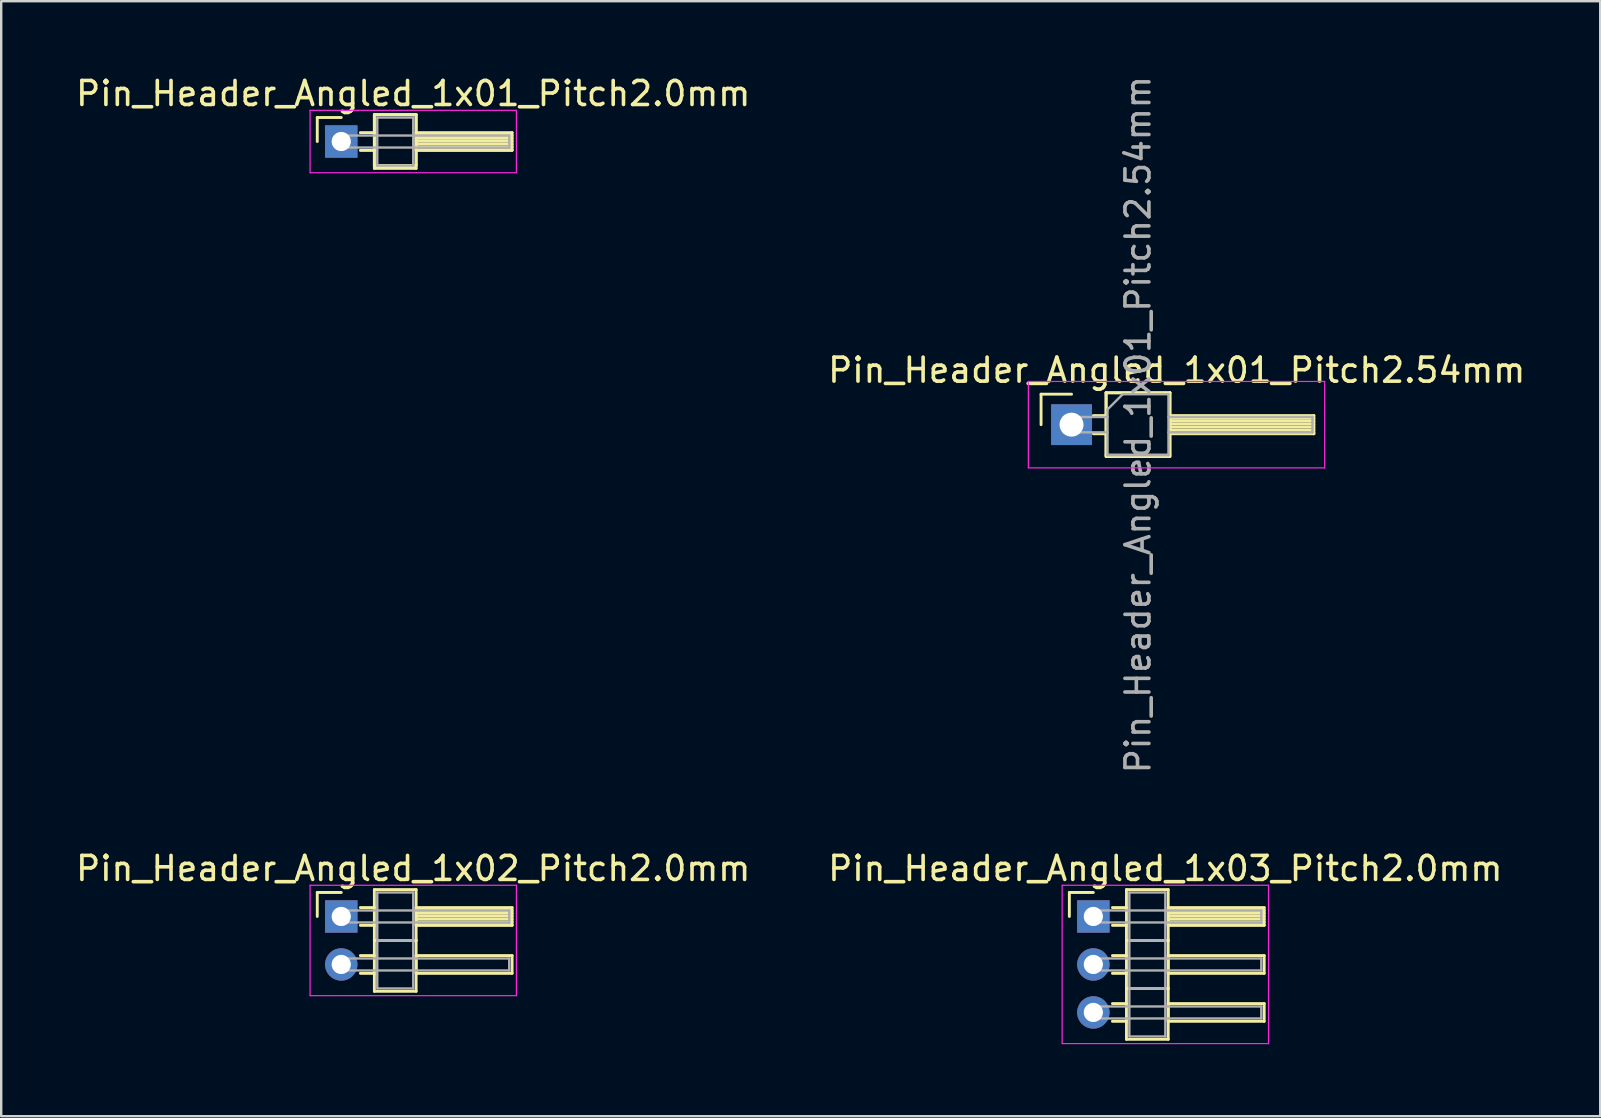
<source format=kicad_pcb>
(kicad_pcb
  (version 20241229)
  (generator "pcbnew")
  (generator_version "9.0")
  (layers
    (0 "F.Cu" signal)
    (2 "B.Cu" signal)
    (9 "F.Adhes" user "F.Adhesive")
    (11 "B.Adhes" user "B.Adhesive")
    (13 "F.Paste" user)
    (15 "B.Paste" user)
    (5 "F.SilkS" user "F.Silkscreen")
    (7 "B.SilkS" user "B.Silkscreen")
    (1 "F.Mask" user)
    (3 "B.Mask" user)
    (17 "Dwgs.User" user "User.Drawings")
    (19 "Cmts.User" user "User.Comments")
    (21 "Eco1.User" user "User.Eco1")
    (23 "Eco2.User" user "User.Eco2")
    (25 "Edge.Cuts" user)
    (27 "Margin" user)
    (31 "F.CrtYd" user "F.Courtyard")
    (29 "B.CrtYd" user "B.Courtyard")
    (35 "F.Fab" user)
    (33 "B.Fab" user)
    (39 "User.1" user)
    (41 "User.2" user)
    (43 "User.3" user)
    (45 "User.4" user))
  (footprint "Pin_Header_Angled_1x01_Pitch2.54mm"
    (layer "F.Cu")
    (at 41.609 14.649)
    (property "Reference" "Pin_Header_Angled_1x01_Pitch2.54mm" (at 4.385 -2.27 0) (layer "F.SilkS") (effects (font (size 1 1) (thickness 0.15))))
    (attr through_hole)
    (fp_line (start -1.27 -1.27) (end 0 -1.27) (stroke (width 0.12) (type solid)) (layer "F.SilkS"))
    (fp_line (start -1.27 0) (end -1.27 -1.27) (stroke (width 0.12) (type solid)) (layer "F.SilkS"))
    (fp_line (start 0.91 -0.38) (end 1.44 -0.38) (stroke (width 0.12) (type solid)) (layer "F.SilkS"))
    (fp_line (start 0.91 0.38) (end 1.44 0.38) (stroke (width 0.12) (type solid)) (layer "F.SilkS"))
    (fp_line (start 1.44 -1.33) (end 1.44 1.27) (stroke (width 0.12) (type solid)) (layer "F.SilkS"))
    (fp_line (start 1.44 -1.33) (end 1.44 1.33) (stroke (width 0.12) (type solid)) (layer "F.SilkS"))
    (fp_line (start 1.44 1.27) (end 4.1 1.27) (stroke (width 0.12) (type solid)) (layer "F.SilkS"))
    (fp_line (start 1.44 1.33) (end 4.1 1.33) (stroke (width 0.12) (type solid)) (layer "F.SilkS"))
    (fp_line (start 4.1 -1.33) (end 1.44 -1.33) (stroke (width 0.12) (type solid)) (layer "F.SilkS"))
    (fp_line (start 4.1 -1.33) (end 1.44 -1.33) (stroke (width 0.12) (type solid)) (layer "F.SilkS"))
    (fp_line (start 4.1 -0.38) (end 4.1 0.38) (stroke (width 0.12) (type solid)) (layer "F.SilkS"))
    (fp_line (start 4.1 -0.26) (end 10.1 -0.26) (stroke (width 0.12) (type solid)) (layer "F.SilkS"))
    (fp_line (start 4.1 -0.14) (end 10.1 -0.14) (stroke (width 0.12) (type solid)) (layer "F.SilkS"))
    (fp_line (start 4.1 -0.02) (end 10.1 -0.02) (stroke (width 0.12) (type solid)) (layer "F.SilkS"))
    (fp_line (start 4.1 0.1) (end 10.1 0.1) (stroke (width 0.12) (type solid)) (layer "F.SilkS"))
    (fp_line (start 4.1 0.22) (end 10.1 0.22) (stroke (width 0.12) (type solid)) (layer "F.SilkS"))
    (fp_line (start 4.1 0.34) (end 10.1 0.34) (stroke (width 0.12) (type solid)) (layer "F.SilkS"))
    (fp_line (start 4.1 0.38) (end 10.1 0.38) (stroke (width 0.12) (type solid)) (layer "F.SilkS"))
    (fp_line (start 4.1 1.27) (end 4.1 -1.33) (stroke (width 0.12) (type solid)) (layer "F.SilkS"))
    (fp_line (start 4.1 1.33) (end 4.1 -1.33) (stroke (width 0.12) (type solid)) (layer "F.SilkS"))
    (fp_line (start 10.1 -0.38) (end 4.1 -0.38) (stroke (width 0.12) (type solid)) (layer "F.SilkS"))
    (fp_line (start 10.1 0.38) (end 10.1 -0.38) (stroke (width 0.12) (type solid)) (layer "F.SilkS"))
    (fp_line (start -1.8 -1.8) (end -1.8 1.8) (stroke (width 0.05) (type solid)) (layer "F.CrtYd"))
    (fp_line (start -1.8 1.8) (end 10.55 1.8) (stroke (width 0.05) (type solid)) (layer "F.CrtYd"))
    (fp_line (start 10.55 -1.8) (end -1.8 -1.8) (stroke (width 0.05) (type solid)) (layer "F.CrtYd"))
    (fp_line (start 10.55 1.8) (end 10.55 -1.8) (stroke (width 0.05) (type solid)) (layer "F.CrtYd"))
    (fp_line (start -0.32 -0.32) (end -0.32 0.32) (stroke (width 0.1) (type solid)) (layer "F.Fab"))
    (fp_line (start -0.32 -0.32) (end 1.5 -0.32) (stroke (width 0.1) (type solid)) (layer "F.Fab"))
    (fp_line (start -0.32 0.32) (end 1.5 0.32) (stroke (width 0.1) (type solid)) (layer "F.Fab"))
    (fp_line (start 1.5 -0.635) (end 2.135 -1.27) (stroke (width 0.1) (type solid)) (layer "F.Fab"))
    (fp_line (start 1.5 1.27) (end 1.5 -0.635) (stroke (width 0.1) (type solid)) (layer "F.Fab"))
    (fp_line (start 2.135 -1.27) (end 4.04 -1.27) (stroke (width 0.1) (type solid)) (layer "F.Fab"))
    (fp_line (start 4.04 -1.27) (end 4.04 1.27) (stroke (width 0.1) (type solid)) (layer "F.Fab"))
    (fp_line (start 4.04 -0.32) (end 10.04 -0.32) (stroke (width 0.1) (type solid)) (layer "F.Fab"))
    (fp_line (start 4.04 0.32) (end 10.04 0.32) (stroke (width 0.1) (type solid)) (layer "F.Fab"))
    (fp_line (start 4.04 1.27) (end 1.5 1.27) (stroke (width 0.1) (type solid)) (layer "F.Fab"))
    (fp_line (start 10.04 -0.32) (end 10.04 0.32) (stroke (width 0.1) (type solid)) (layer "F.Fab"))
    (fp_text user "${REFERENCE}" (at 2.77 0 90) (layer "F.Fab") (effects (font (size 1 1) (thickness 0.15))))
    (pad "1" thru_hole rect (at 0 0) (size 1.7 1.7) (drill 1) (layers "*.Cu" "*.Mask")))
  (footprint "Pin_Header_Angled_1x02_Pitch2.0mm"
    (layer "F.Cu")
    (at 11.173 35.146)
    (property "Reference" "Pin_Header_Angled_1x02_Pitch2.0mm" (at 3 -2 0) (layer "F.SilkS") (effects (font (size 1 1) (thickness 0.15))))
    (attr through_hole)
    (fp_line (start -1 -1) (end 0 -1) (stroke (width 0.12) (type solid)) (layer "F.SilkS"))
    (fp_line (start -1 0) (end -1 -1) (stroke (width 0.12) (type solid)) (layer "F.SilkS"))
    (fp_line (start 0.795 -0.37) (end 1.38 -0.37) (stroke (width 0.12) (type solid)) (layer "F.SilkS"))
    (fp_line (start 0.795 0.37) (end 1.38 0.37) (stroke (width 0.12) (type solid)) (layer "F.SilkS"))
    (fp_line (start 0.795 1.63) (end 1.38 1.63) (stroke (width 0.12) (type solid)) (layer "F.SilkS"))
    (fp_line (start 0.795 2.37) (end 1.38 2.37) (stroke (width 0.12) (type solid)) (layer "F.SilkS"))
    (fp_line (start 1.38 -1.12) (end 1.38 1) (stroke (width 0.12) (type solid)) (layer "F.SilkS"))
    (fp_line (start 1.38 1) (end 1.38 3.12) (stroke (width 0.12) (type solid)) (layer "F.SilkS"))
    (fp_line (start 1.38 1) (end 3.12 1) (stroke (width 0.12) (type solid)) (layer "F.SilkS"))
    (fp_line (start 1.38 3.12) (end 3.12 3.12) (stroke (width 0.12) (type solid)) (layer "F.SilkS"))
    (fp_line (start 3.12 -1.12) (end 1.38 -1.12) (stroke (width 0.12) (type solid)) (layer "F.SilkS"))
    (fp_line (start 3.12 -0.37) (end 3.12 0.37) (stroke (width 0.12) (type solid)) (layer "F.SilkS"))
    (fp_line (start 3.12 -0.25) (end 7.12 -0.25) (stroke (width 0.12) (type solid)) (layer "F.SilkS"))
    (fp_line (start 3.12 -0.13) (end 7.12 -0.13) (stroke (width 0.12) (type solid)) (layer "F.SilkS"))
    (fp_line (start 3.12 -0.01) (end 7.12 -0.01) (stroke (width 0.12) (type solid)) (layer "F.SilkS"))
    (fp_line (start 3.12 0.11) (end 7.12 0.11) (stroke (width 0.12) (type solid)) (layer "F.SilkS"))
    (fp_line (start 3.12 0.23) (end 7.12 0.23) (stroke (width 0.12) (type solid)) (layer "F.SilkS"))
    (fp_line (start 3.12 0.35) (end 7.12 0.35) (stroke (width 0.12) (type solid)) (layer "F.SilkS"))
    (fp_line (start 3.12 0.37) (end 7.12 0.37) (stroke (width 0.12) (type solid)) (layer "F.SilkS"))
    (fp_line (start 3.12 1) (end 1.38 1) (stroke (width 0.12) (type solid)) (layer "F.SilkS"))
    (fp_line (start 3.12 1) (end 3.12 -1.12) (stroke (width 0.12) (type solid)) (layer "F.SilkS"))
    (fp_line (start 3.12 1.63) (end 3.12 2.37) (stroke (width 0.12) (type solid)) (layer "F.SilkS"))
    (fp_line (start 3.12 2.37) (end 7.12 2.37) (stroke (width 0.12) (type solid)) (layer "F.SilkS"))
    (fp_line (start 3.12 3.12) (end 3.12 1) (stroke (width 0.12) (type solid)) (layer "F.SilkS"))
    (fp_line (start 7.12 -0.37) (end 3.12 -0.37) (stroke (width 0.12) (type solid)) (layer "F.SilkS"))
    (fp_line (start 7.12 0.37) (end 7.12 -0.37) (stroke (width 0.12) (type solid)) (layer "F.SilkS"))
    (fp_line (start 7.12 1.63) (end 3.12 1.63) (stroke (width 0.12) (type solid)) (layer "F.SilkS"))
    (fp_line (start 7.12 2.37) (end 7.12 1.63) (stroke (width 0.12) (type solid)) (layer "F.SilkS"))
    (fp_line (start -1.3 -1.3) (end -1.3 3.3) (stroke (width 0.05) (type solid)) (layer "F.CrtYd"))
    (fp_line (start -1.3 3.3) (end 7.3 3.3) (stroke (width 0.05) (type solid)) (layer "F.CrtYd"))
    (fp_line (start 7.3 -1.3) (end -1.3 -1.3) (stroke (width 0.05) (type solid)) (layer "F.CrtYd"))
    (fp_line (start 7.3 3.3) (end 7.3 -1.3) (stroke (width 0.05) (type solid)) (layer "F.CrtYd"))
    (fp_line (start 0 -0.25) (end 0 0.25) (stroke (width 0.1) (type solid)) (layer "F.Fab"))
    (fp_line (start 0 0.25) (end 7 0.25) (stroke (width 0.1) (type solid)) (layer "F.Fab"))
    (fp_line (start 0 1.75) (end 0 2.25) (stroke (width 0.1) (type solid)) (layer "F.Fab"))
    (fp_line (start 0 2.25) (end 7 2.25) (stroke (width 0.1) (type solid)) (layer "F.Fab"))
    (fp_line (start 1.5 -1) (end 1.5 1) (stroke (width 0.1) (type solid)) (layer "F.Fab"))
    (fp_line (start 1.5 1) (end 1.5 3) (stroke (width 0.1) (type solid)) (layer "F.Fab"))
    (fp_line (start 1.5 1) (end 3 1) (stroke (width 0.1) (type solid)) (layer "F.Fab"))
    (fp_line (start 1.5 3) (end 3 3) (stroke (width 0.1) (type solid)) (layer "F.Fab"))
    (fp_line (start 3 -1) (end 1.5 -1) (stroke (width 0.1) (type solid)) (layer "F.Fab"))
    (fp_line (start 3 1) (end 1.5 1) (stroke (width 0.1) (type solid)) (layer "F.Fab"))
    (fp_line (start 3 1) (end 3 -1) (stroke (width 0.1) (type solid)) (layer "F.Fab"))
    (fp_line (start 3 3) (end 3 1) (stroke (width 0.1) (type solid)) (layer "F.Fab"))
    (fp_line (start 7 -0.25) (end 0 -0.25) (stroke (width 0.1) (type solid)) (layer "F.Fab"))
    (fp_line (start 7 0.25) (end 7 -0.25) (stroke (width 0.1) (type solid)) (layer "F.Fab"))
    (fp_line (start 7 1.75) (end 0 1.75) (stroke (width 0.1) (type solid)) (layer "F.Fab"))
    (fp_line (start 7 2.25) (end 7 1.75) (stroke (width 0.1) (type solid)) (layer "F.Fab"))
    (pad "1" thru_hole rect (at 0 0) (size 1.35 1.35) (drill 0.8) (layers "*.Cu" "*.Mask"))
    (pad "2" thru_hole oval (at 0 2) (size 1.35 1.35) (drill 0.8) (layers "*.Cu" "*.Mask")))
  (footprint "Pin_Header_Angled_1x03_Pitch2.0mm"
    (layer "F.Cu")
    (at 42.518 35.146)
    (property "Reference" "Pin_Header_Angled_1x03_Pitch2.0mm" (at 3 -2 0) (layer "F.SilkS") (effects (font (size 1 1) (thickness 0.15))))
    (attr through_hole)
    (fp_line (start -1 -1) (end 0 -1) (stroke (width 0.12) (type solid)) (layer "F.SilkS"))
    (fp_line (start -1 0) (end -1 -1) (stroke (width 0.12) (type solid)) (layer "F.SilkS"))
    (fp_line (start 0.795 -0.37) (end 1.38 -0.37) (stroke (width 0.12) (type solid)) (layer "F.SilkS"))
    (fp_line (start 0.795 0.37) (end 1.38 0.37) (stroke (width 0.12) (type solid)) (layer "F.SilkS"))
    (fp_line (start 0.795 1.63) (end 1.38 1.63) (stroke (width 0.12) (type solid)) (layer "F.SilkS"))
    (fp_line (start 0.795 2.37) (end 1.38 2.37) (stroke (width 0.12) (type solid)) (layer "F.SilkS"))
    (fp_line (start 0.795 3.63) (end 1.38 3.63) (stroke (width 0.12) (type solid)) (layer "F.SilkS"))
    (fp_line (start 0.795 4.37) (end 1.38 4.37) (stroke (width 0.12) (type solid)) (layer "F.SilkS"))
    (fp_line (start 1.38 -1.12) (end 1.38 1) (stroke (width 0.12) (type solid)) (layer "F.SilkS"))
    (fp_line (start 1.38 1) (end 1.38 3) (stroke (width 0.12) (type solid)) (layer "F.SilkS"))
    (fp_line (start 1.38 1) (end 3.12 1) (stroke (width 0.12) (type solid)) (layer "F.SilkS"))
    (fp_line (start 1.38 3) (end 1.38 5.12) (stroke (width 0.12) (type solid)) (layer "F.SilkS"))
    (fp_line (start 1.38 3) (end 3.12 3) (stroke (width 0.12) (type solid)) (layer "F.SilkS"))
    (fp_line (start 1.38 5.12) (end 3.12 5.12) (stroke (width 0.12) (type solid)) (layer "F.SilkS"))
    (fp_line (start 3.12 -1.12) (end 1.38 -1.12) (stroke (width 0.12) (type solid)) (layer "F.SilkS"))
    (fp_line (start 3.12 -0.37) (end 3.12 0.37) (stroke (width 0.12) (type solid)) (layer "F.SilkS"))
    (fp_line (start 3.12 -0.25) (end 7.12 -0.25) (stroke (width 0.12) (type solid)) (layer "F.SilkS"))
    (fp_line (start 3.12 -0.13) (end 7.12 -0.13) (stroke (width 0.12) (type solid)) (layer "F.SilkS"))
    (fp_line (start 3.12 -0.01) (end 7.12 -0.01) (stroke (width 0.12) (type solid)) (layer "F.SilkS"))
    (fp_line (start 3.12 0.11) (end 7.12 0.11) (stroke (width 0.12) (type solid)) (layer "F.SilkS"))
    (fp_line (start 3.12 0.23) (end 7.12 0.23) (stroke (width 0.12) (type solid)) (layer "F.SilkS"))
    (fp_line (start 3.12 0.35) (end 7.12 0.35) (stroke (width 0.12) (type solid)) (layer "F.SilkS"))
    (fp_line (start 3.12 0.37) (end 7.12 0.37) (stroke (width 0.12) (type solid)) (layer "F.SilkS"))
    (fp_line (start 3.12 1) (end 1.38 1) (stroke (width 0.12) (type solid)) (layer "F.SilkS"))
    (fp_line (start 3.12 1) (end 3.12 -1.12) (stroke (width 0.12) (type solid)) (layer "F.SilkS"))
    (fp_line (start 3.12 1.63) (end 3.12 2.37) (stroke (width 0.12) (type solid)) (layer "F.SilkS"))
    (fp_line (start 3.12 2.37) (end 7.12 2.37) (stroke (width 0.12) (type solid)) (layer "F.SilkS"))
    (fp_line (start 3.12 3) (end 1.38 3) (stroke (width 0.12) (type solid)) (layer "F.SilkS"))
    (fp_line (start 3.12 3) (end 3.12 1) (stroke (width 0.12) (type solid)) (layer "F.SilkS"))
    (fp_line (start 3.12 3.63) (end 3.12 4.37) (stroke (width 0.12) (type solid)) (layer "F.SilkS"))
    (fp_line (start 3.12 4.37) (end 7.12 4.37) (stroke (width 0.12) (type solid)) (layer "F.SilkS"))
    (fp_line (start 3.12 5.12) (end 3.12 3) (stroke (width 0.12) (type solid)) (layer "F.SilkS"))
    (fp_line (start 7.12 -0.37) (end 3.12 -0.37) (stroke (width 0.12) (type solid)) (layer "F.SilkS"))
    (fp_line (start 7.12 0.37) (end 7.12 -0.37) (stroke (width 0.12) (type solid)) (layer "F.SilkS"))
    (fp_line (start 7.12 1.63) (end 3.12 1.63) (stroke (width 0.12) (type solid)) (layer "F.SilkS"))
    (fp_line (start 7.12 2.37) (end 7.12 1.63) (stroke (width 0.12) (type solid)) (layer "F.SilkS"))
    (fp_line (start 7.12 3.63) (end 3.12 3.63) (stroke (width 0.12) (type solid)) (layer "F.SilkS"))
    (fp_line (start 7.12 4.37) (end 7.12 3.63) (stroke (width 0.12) (type solid)) (layer "F.SilkS"))
    (fp_line (start -1.3 -1.3) (end -1.3 5.3) (stroke (width 0.05) (type solid)) (layer "F.CrtYd"))
    (fp_line (start -1.3 5.3) (end 7.3 5.3) (stroke (width 0.05) (type solid)) (layer "F.CrtYd"))
    (fp_line (start 7.3 -1.3) (end -1.3 -1.3) (stroke (width 0.05) (type solid)) (layer "F.CrtYd"))
    (fp_line (start 7.3 5.3) (end 7.3 -1.3) (stroke (width 0.05) (type solid)) (layer "F.CrtYd"))
    (fp_line (start 0 -0.25) (end 0 0.25) (stroke (width 0.1) (type solid)) (layer "F.Fab"))
    (fp_line (start 0 0.25) (end 7 0.25) (stroke (width 0.1) (type solid)) (layer "F.Fab"))
    (fp_line (start 0 1.75) (end 0 2.25) (stroke (width 0.1) (type solid)) (layer "F.Fab"))
    (fp_line (start 0 2.25) (end 7 2.25) (stroke (width 0.1) (type solid)) (layer "F.Fab"))
    (fp_line (start 0 3.75) (end 0 4.25) (stroke (width 0.1) (type solid)) (layer "F.Fab"))
    (fp_line (start 0 4.25) (end 7 4.25) (stroke (width 0.1) (type solid)) (layer "F.Fab"))
    (fp_line (start 1.5 -1) (end 1.5 1) (stroke (width 0.1) (type solid)) (layer "F.Fab"))
    (fp_line (start 1.5 1) (end 1.5 3) (stroke (width 0.1) (type solid)) (layer "F.Fab"))
    (fp_line (start 1.5 1) (end 3 1) (stroke (width 0.1) (type solid)) (layer "F.Fab"))
    (fp_line (start 1.5 3) (end 1.5 5) (stroke (width 0.1) (type solid)) (layer "F.Fab"))
    (fp_line (start 1.5 3) (end 3 3) (stroke (width 0.1) (type solid)) (layer "F.Fab"))
    (fp_line (start 1.5 5) (end 3 5) (stroke (width 0.1) (type solid)) (layer "F.Fab"))
    (fp_line (start 3 -1) (end 1.5 -1) (stroke (width 0.1) (type solid)) (layer "F.Fab"))
    (fp_line (start 3 1) (end 1.5 1) (stroke (width 0.1) (type solid)) (layer "F.Fab"))
    (fp_line (start 3 1) (end 3 -1) (stroke (width 0.1) (type solid)) (layer "F.Fab"))
    (fp_line (start 3 3) (end 1.5 3) (stroke (width 0.1) (type solid)) (layer "F.Fab"))
    (fp_line (start 3 3) (end 3 1) (stroke (width 0.1) (type solid)) (layer "F.Fab"))
    (fp_line (start 3 5) (end 3 3) (stroke (width 0.1) (type solid)) (layer "F.Fab"))
    (fp_line (start 7 -0.25) (end 0 -0.25) (stroke (width 0.1) (type solid)) (layer "F.Fab"))
    (fp_line (start 7 0.25) (end 7 -0.25) (stroke (width 0.1) (type solid)) (layer "F.Fab"))
    (fp_line (start 7 1.75) (end 0 1.75) (stroke (width 0.1) (type solid)) (layer "F.Fab"))
    (fp_line (start 7 2.25) (end 7 1.75) (stroke (width 0.1) (type solid)) (layer "F.Fab"))
    (fp_line (start 7 3.75) (end 0 3.75) (stroke (width 0.1) (type solid)) (layer "F.Fab"))
    (fp_line (start 7 4.25) (end 7 3.75) (stroke (width 0.1) (type solid)) (layer "F.Fab"))
    (pad "1" thru_hole rect (at 0 0) (size 1.35 1.35) (drill 0.8) (layers "*.Cu" "*.Mask"))
    (pad "2" thru_hole oval (at 0 2) (size 1.35 1.35) (drill 0.8) (layers "*.Cu" "*.Mask"))
    (pad "3" thru_hole oval (at 0 4) (size 1.35 1.35) (drill 0.8) (layers "*.Cu" "*.Mask")))
  (footprint "Pin_Header_Angled_1x01_Pitch2.0mm"
    (layer "F.Cu")
    (at 11.173 2.848)
    (property "Reference" "Pin_Header_Angled_1x01_Pitch2.0mm" (at 3 -2 0) (layer "F.SilkS") (effects (font (size 1 1) (thickness 0.15))))
    (attr through_hole)
    (fp_line (start -1 -1) (end 0 -1) (stroke (width 0.12) (type solid)) (layer "F.SilkS"))
    (fp_line (start -1 0) (end -1 -1) (stroke (width 0.12) (type solid)) (layer "F.SilkS"))
    (fp_line (start 0.795 -0.37) (end 1.38 -0.37) (stroke (width 0.12) (type solid)) (layer "F.SilkS"))
    (fp_line (start 0.795 0.37) (end 1.38 0.37) (stroke (width 0.12) (type solid)) (layer "F.SilkS"))
    (fp_line (start 1.38 -1.12) (end 1.38 1) (stroke (width 0.12) (type solid)) (layer "F.SilkS"))
    (fp_line (start 1.38 -1.12) (end 1.38 1.12) (stroke (width 0.12) (type solid)) (layer "F.SilkS"))
    (fp_line (start 1.38 1) (end 3.12 1) (stroke (width 0.12) (type solid)) (layer "F.SilkS"))
    (fp_line (start 1.38 1.12) (end 3.12 1.12) (stroke (width 0.12) (type solid)) (layer "F.SilkS"))
    (fp_line (start 3.12 -1.12) (end 1.38 -1.12) (stroke (width 0.12) (type solid)) (layer "F.SilkS"))
    (fp_line (start 3.12 -1.12) (end 1.38 -1.12) (stroke (width 0.12) (type solid)) (layer "F.SilkS"))
    (fp_line (start 3.12 -0.37) (end 3.12 0.37) (stroke (width 0.12) (type solid)) (layer "F.SilkS"))
    (fp_line (start 3.12 -0.25) (end 7.12 -0.25) (stroke (width 0.12) (type solid)) (layer "F.SilkS"))
    (fp_line (start 3.12 -0.13) (end 7.12 -0.13) (stroke (width 0.12) (type solid)) (layer "F.SilkS"))
    (fp_line (start 3.12 -0.01) (end 7.12 -0.01) (stroke (width 0.12) (type solid)) (layer "F.SilkS"))
    (fp_line (start 3.12 0.11) (end 7.12 0.11) (stroke (width 0.12) (type solid)) (layer "F.SilkS"))
    (fp_line (start 3.12 0.23) (end 7.12 0.23) (stroke (width 0.12) (type solid)) (layer "F.SilkS"))
    (fp_line (start 3.12 0.35) (end 7.12 0.35) (stroke (width 0.12) (type solid)) (layer "F.SilkS"))
    (fp_line (start 3.12 0.37) (end 7.12 0.37) (stroke (width 0.12) (type solid)) (layer "F.SilkS"))
    (fp_line (start 3.12 1) (end 3.12 -1.12) (stroke (width 0.12) (type solid)) (layer "F.SilkS"))
    (fp_line (start 3.12 1.12) (end 3.12 -1.12) (stroke (width 0.12) (type solid)) (layer "F.SilkS"))
    (fp_line (start 7.12 -0.37) (end 3.12 -0.37) (stroke (width 0.12) (type solid)) (layer "F.SilkS"))
    (fp_line (start 7.12 0.37) (end 7.12 -0.37) (stroke (width 0.12) (type solid)) (layer "F.SilkS"))
    (fp_line (start -1.3 -1.3) (end -1.3 1.3) (stroke (width 0.05) (type solid)) (layer "F.CrtYd"))
    (fp_line (start -1.3 1.3) (end 7.3 1.3) (stroke (width 0.05) (type solid)) (layer "F.CrtYd"))
    (fp_line (start 7.3 -1.3) (end -1.3 -1.3) (stroke (width 0.05) (type solid)) (layer "F.CrtYd"))
    (fp_line (start 7.3 1.3) (end 7.3 -1.3) (stroke (width 0.05) (type solid)) (layer "F.CrtYd"))
    (fp_line (start 0 -0.25) (end 0 0.25) (stroke (width 0.1) (type solid)) (layer "F.Fab"))
    (fp_line (start 0 0.25) (end 7 0.25) (stroke (width 0.1) (type solid)) (layer "F.Fab"))
    (fp_line (start 1.5 -1) (end 1.5 1) (stroke (width 0.1) (type solid)) (layer "F.Fab"))
    (fp_line (start 1.5 1) (end 3 1) (stroke (width 0.1) (type solid)) (layer "F.Fab"))
    (fp_line (start 3 -1) (end 1.5 -1) (stroke (width 0.1) (type solid)) (layer "F.Fab"))
    (fp_line (start 3 1) (end 3 -1) (stroke (width 0.1) (type solid)) (layer "F.Fab"))
    (fp_line (start 7 -0.25) (end 0 -0.25) (stroke (width 0.1) (type solid)) (layer "F.Fab"))
    (fp_line (start 7 0.25) (end 7 -0.25) (stroke (width 0.1) (type solid)) (layer "F.Fab"))
    (pad "1" thru_hole rect (at 0 0) (size 1.35 1.35) (drill 0.8) (layers "*.Cu" "*.Mask")))
  (gr_rect
    (start -3 -3)
    (end 63.643 43.471)
    (stroke (width 0.1) (type default))
    (fill no)
    (layer "Edge.Cuts")))
</source>
